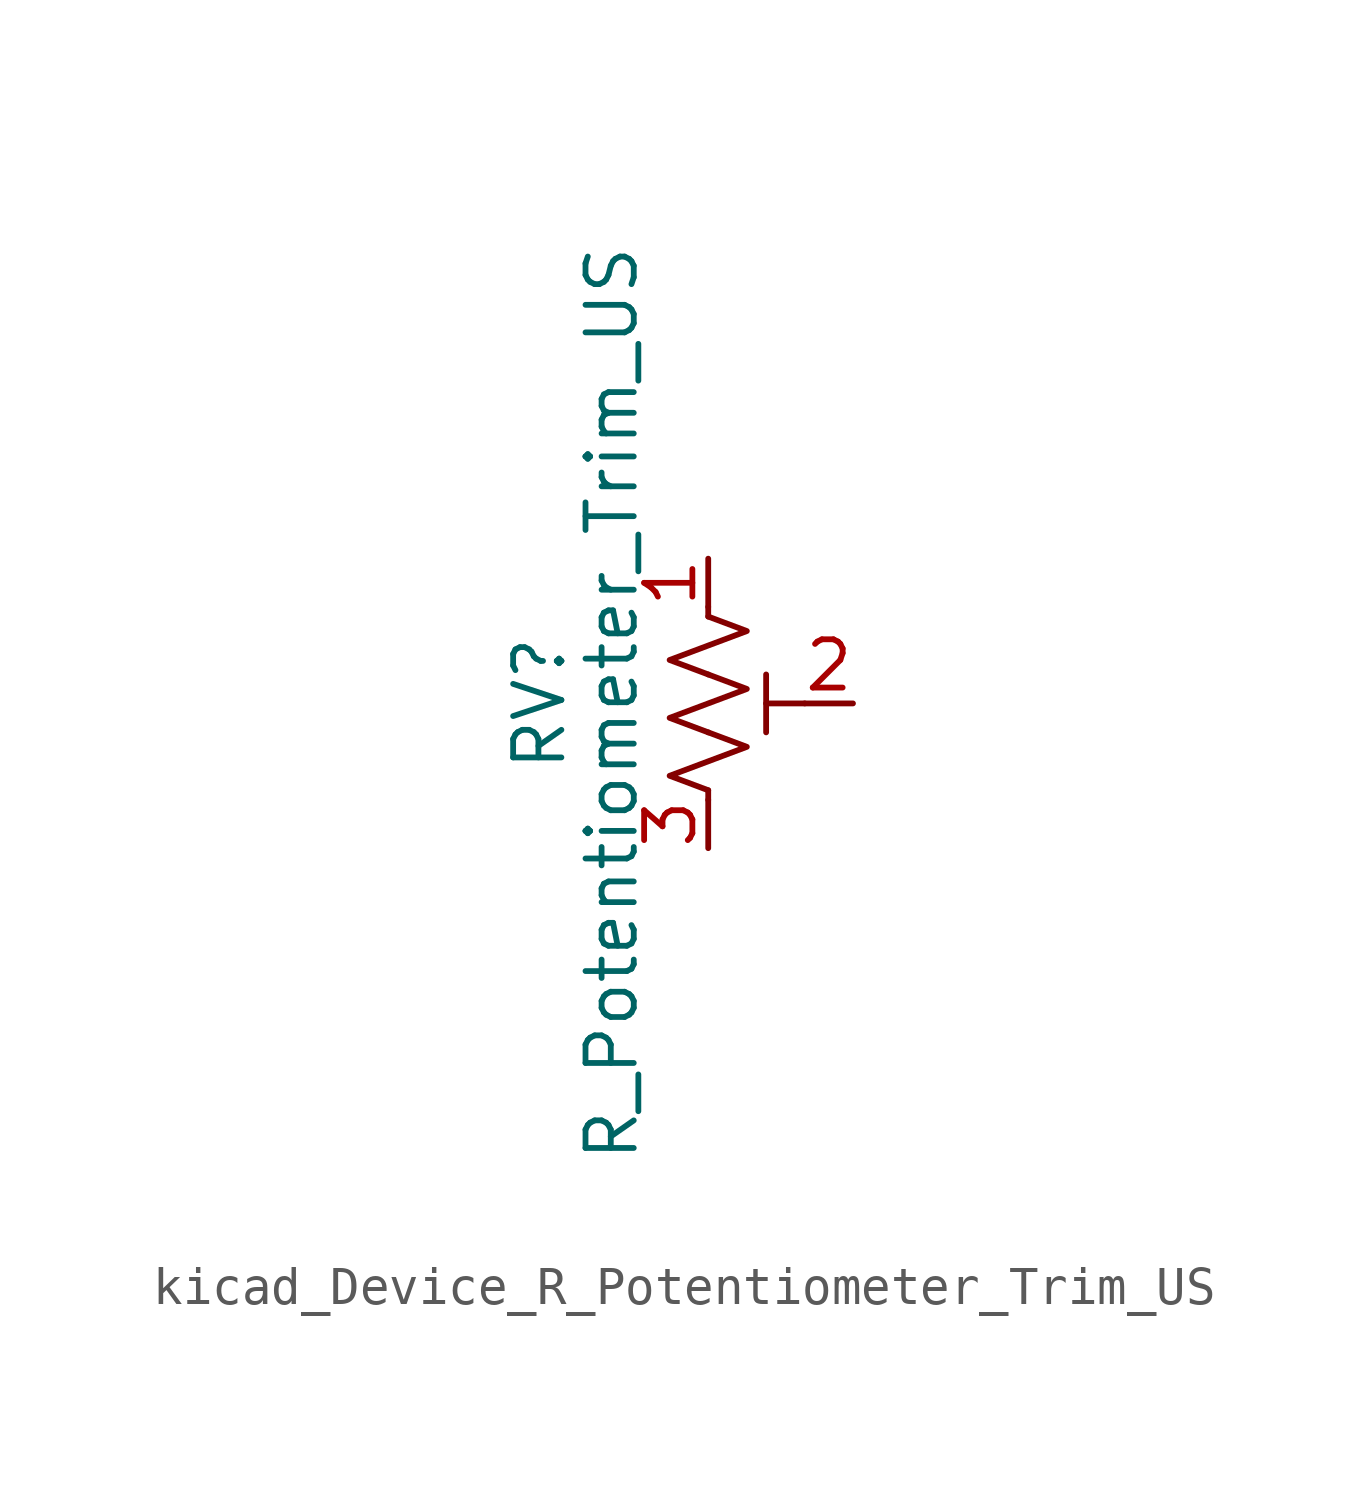
<source format=kicad_sym>
(kicad_symbol_lib
  (version 20220914)
  (generator kicad_symbol_editor)
  (symbol "kicad_Device_R_Potentiometer_Trim_US"
    (pin_names
      (offset 1.016) hide)
    (property "Reference" "RV"
      (at -4.445 0 90)
      (effects (font (size 1.27 1.27))))
    (property "Value" "R_Potentiometer_Trim_US"
      (at -2.54 0 90)
      (effects (font (size 1.27 1.27))))
    (symbol "kicad_Device_R_Potentiometer_Trim_US_0_1"
      (polyline (pts (xy 0 -2.286) (xy 0 -2.54)) (stroke (width 0) (type default)) (fill (type none)))
      (polyline (pts (xy 0 2.286) (xy 0 2.54)) (stroke (width 0) (type default)) (fill (type none)))
      (polyline (pts (xy 1.524 0.762) (xy 1.524 -0.762)) (stroke (width 0) (type default)) (fill (type none)))
      (polyline (pts (xy 2.54 0) (xy 1.524 0)) (stroke (width 0) (type default)) (fill (type none)))
      (polyline (pts (xy 0 -0.762) (xy 1.016 -1.143) (xy 0 -1.524) (xy -1.016 -1.905) (xy 0 -2.286)) (stroke (width 0) (type default)) (fill (type none)))
      (polyline (pts (xy 0 0.762) (xy 1.016 0.381) (xy 0 0) (xy -1.016 -0.381) (xy 0 -0.762)) (stroke (width 0) (type default)) (fill (type none)))
      (polyline (pts (xy 0 2.286) (xy 1.016 1.905) (xy 0 1.524) (xy -1.016 1.143) (xy 0 0.762)) (stroke (width 0) (type default)) (fill (type none))))
    (symbol "kicad_Device_R_Potentiometer_Trim_US_1_1"
      (pin passive line (at 0 3.81 270) (length 1.27) (name "1" (effects (font (size 1.27 1.27)))) (number "1" (effects (font (size 1.27 1.27)))))
      (pin passive line (at 3.81 0 180) (length 1.27) (name "2" (effects (font (size 1.27 1.27)))) (number "2" (effects (font (size 1.27 1.27)))))
      (pin passive line (at 0 -3.81 90) (length 1.27) (name "3" (effects (font (size 1.27 1.27)))) (number "3" (effects (font (size 1.27 1.27))))))))
</source>
